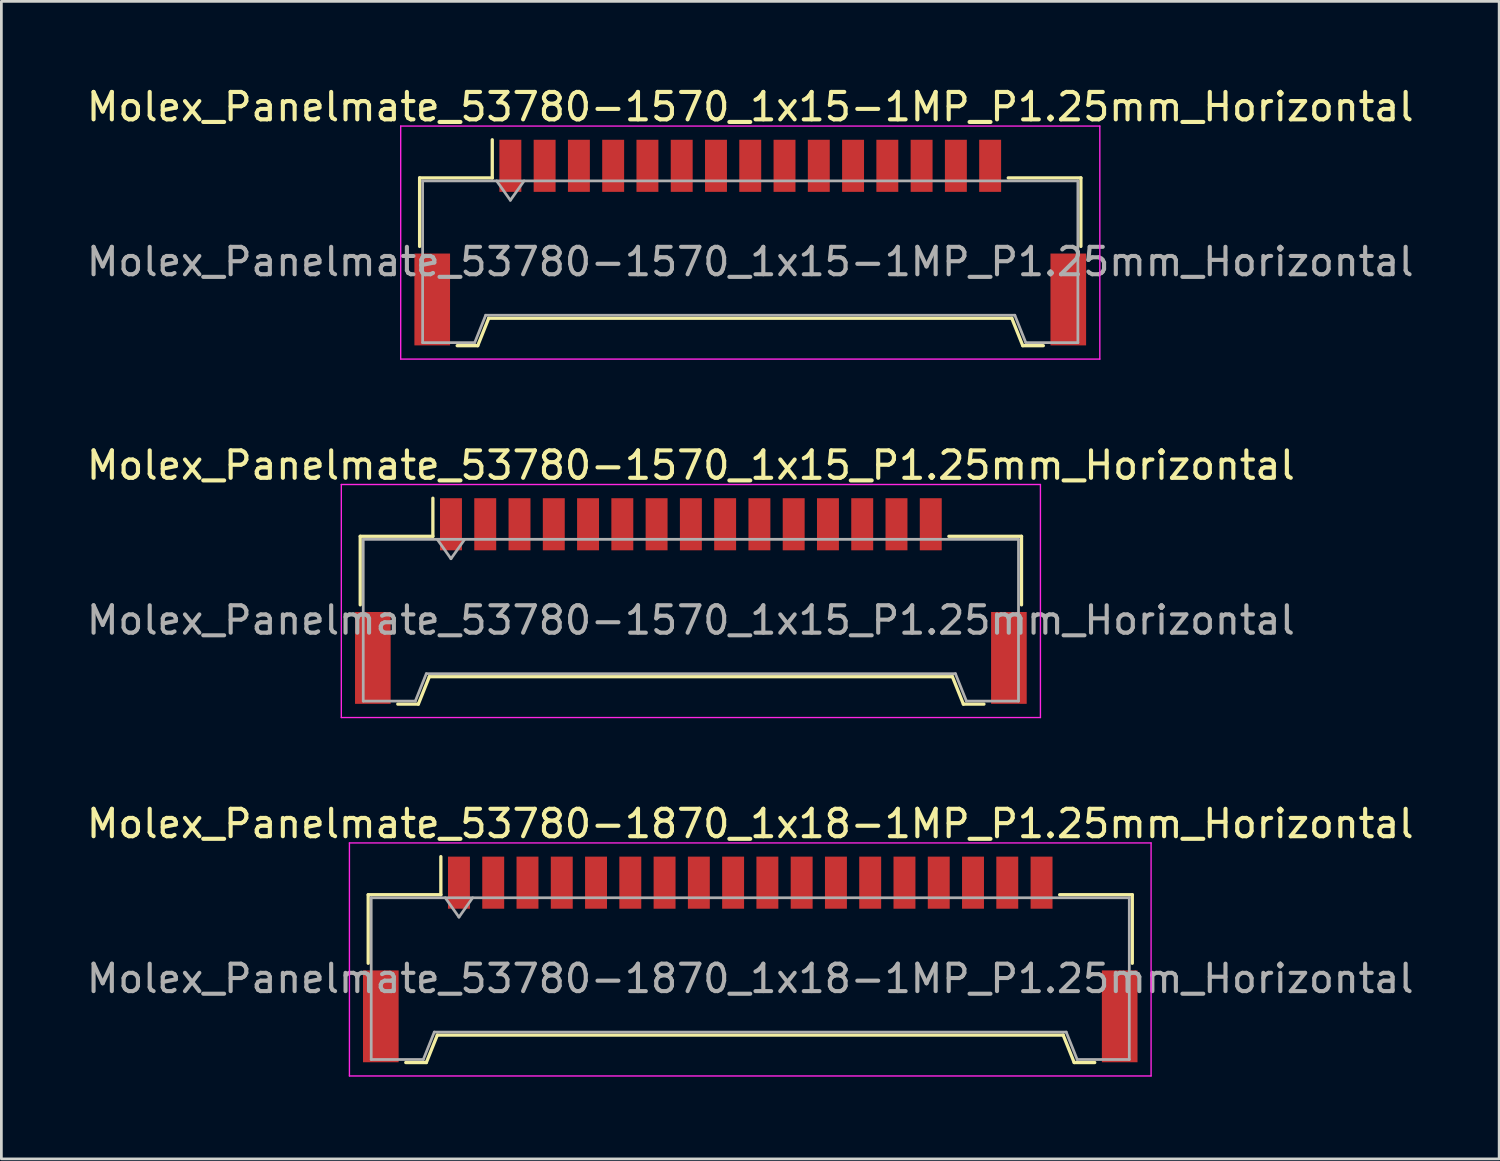
<source format=kicad_pcb>
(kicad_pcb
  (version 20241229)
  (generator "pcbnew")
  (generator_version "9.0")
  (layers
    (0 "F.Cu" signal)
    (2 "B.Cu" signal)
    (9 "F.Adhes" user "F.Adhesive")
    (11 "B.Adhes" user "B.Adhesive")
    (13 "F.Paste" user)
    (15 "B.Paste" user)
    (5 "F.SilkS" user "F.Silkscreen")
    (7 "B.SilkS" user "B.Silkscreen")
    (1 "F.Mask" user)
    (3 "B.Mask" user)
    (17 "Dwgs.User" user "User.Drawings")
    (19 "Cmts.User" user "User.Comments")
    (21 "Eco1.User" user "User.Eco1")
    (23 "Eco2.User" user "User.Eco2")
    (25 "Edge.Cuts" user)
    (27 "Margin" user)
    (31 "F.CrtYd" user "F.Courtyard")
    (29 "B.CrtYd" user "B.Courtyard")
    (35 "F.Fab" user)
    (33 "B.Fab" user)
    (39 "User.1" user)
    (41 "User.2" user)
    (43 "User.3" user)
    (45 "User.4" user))
  (footprint "Molex_Panelmate_53780-1570_1x15-1MP_P1.25mm_Horizontal"
    (layer "F.Cu")
    (at 24.315 5.798)
    (property "Reference" "Molex_Panelmate_53780-1570_1x15-1MP_P1.25mm_Horizontal" (at 0 -4.95 0) (layer "F.SilkS") (effects (font (size 1 1) (thickness 0.15))))
    (attr smd)
    (fp_line (start -12.06 -2.36) (end -9.41 -2.36) (stroke (width 0.12) (type solid)) (layer "F.SilkS"))
    (fp_line (start -12.06 0.14) (end -12.06 -2.36) (stroke (width 0.12) (type solid)) (layer "F.SilkS"))
    (fp_line (start -10.69 3.76) (end -9.94 3.76) (stroke (width 0.12) (type solid)) (layer "F.SilkS"))
    (fp_line (start -9.94 3.76) (end -9.54 2.76) (stroke (width 0.12) (type solid)) (layer "F.SilkS"))
    (fp_line (start -9.54 2.76) (end 9.54 2.76) (stroke (width 0.12) (type solid)) (layer "F.SilkS"))
    (fp_line (start -9.41 -2.36) (end -9.41 -3.75) (stroke (width 0.12) (type solid)) (layer "F.SilkS"))
    (fp_line (start 9.54 2.76) (end 9.94 3.76) (stroke (width 0.12) (type solid)) (layer "F.SilkS"))
    (fp_line (start 9.94 3.76) (end 10.69 3.76) (stroke (width 0.12) (type solid)) (layer "F.SilkS"))
    (fp_line (start 12.06 -2.36) (end 9.41 -2.36) (stroke (width 0.12) (type solid)) (layer "F.SilkS"))
    (fp_line (start 12.06 0.14) (end 12.06 -2.36) (stroke (width 0.12) (type solid)) (layer "F.SilkS"))
    (fp_line (start -12.75 -4.25) (end -12.75 4.25) (stroke (width 0.05) (type solid)) (layer "F.CrtYd"))
    (fp_line (start -12.75 4.25) (end 12.75 4.25) (stroke (width 0.05) (type solid)) (layer "F.CrtYd"))
    (fp_line (start 12.75 -4.25) (end -12.75 -4.25) (stroke (width 0.05) (type solid)) (layer "F.CrtYd"))
    (fp_line (start 12.75 4.25) (end 12.75 -4.25) (stroke (width 0.05) (type solid)) (layer "F.CrtYd"))
    (fp_line (start -11.95 -2.25) (end -11.95 3.65) (stroke (width 0.1) (type solid)) (layer "F.Fab"))
    (fp_line (start -11.95 -2.25) (end 11.95 -2.25) (stroke (width 0.1) (type solid)) (layer "F.Fab"))
    (fp_line (start -11.95 3.65) (end -10.05 3.65) (stroke (width 0.1) (type solid)) (layer "F.Fab"))
    (fp_line (start -10.05 3.65) (end -9.65 2.65) (stroke (width 0.1) (type solid)) (layer "F.Fab"))
    (fp_line (start -9.65 2.65) (end 9.65 2.65) (stroke (width 0.1) (type solid)) (layer "F.Fab"))
    (fp_line (start -9.25 -2.25) (end -8.75 -1.543) (stroke (width 0.1) (type solid)) (layer "F.Fab"))
    (fp_line (start -8.75 -1.543) (end -8.25 -2.25) (stroke (width 0.1) (type solid)) (layer "F.Fab"))
    (fp_line (start 9.65 2.65) (end 10.05 3.65) (stroke (width 0.1) (type solid)) (layer "F.Fab"))
    (fp_line (start 10.05 3.65) (end 11.95 3.65) (stroke (width 0.1) (type solid)) (layer "F.Fab"))
    (fp_line (start 11.95 -2.25) (end 11.95 3.65) (stroke (width 0.1) (type solid)) (layer "F.Fab"))
    (fp_text user "${REFERENCE}" (at 0 0.7 0) (layer "F.Fab") (effects (font (size 1 1) (thickness 0.15))))
    (pad "1" smd rect (at -8.75 -2.8) (size 0.8 1.9) (layers "F.Cu" "F.Mask" "F.Paste"))
    (pad "2" smd rect (at -7.5 -2.8) (size 0.8 1.9) (layers "F.Cu" "F.Mask" "F.Paste"))
    (pad "3" smd rect (at -6.25 -2.8) (size 0.8 1.9) (layers "F.Cu" "F.Mask" "F.Paste"))
    (pad "4" smd rect (at -5 -2.8) (size 0.8 1.9) (layers "F.Cu" "F.Mask" "F.Paste"))
    (pad "5" smd rect (at -3.75 -2.8) (size 0.8 1.9) (layers "F.Cu" "F.Mask" "F.Paste"))
    (pad "6" smd rect (at -2.5 -2.8) (size 0.8 1.9) (layers "F.Cu" "F.Mask" "F.Paste"))
    (pad "7" smd rect (at -1.25 -2.8) (size 0.8 1.9) (layers "F.Cu" "F.Mask" "F.Paste"))
    (pad "8" smd rect (at 0 -2.8) (size 0.8 1.9) (layers "F.Cu" "F.Mask" "F.Paste"))
    (pad "9" smd rect (at 1.25 -2.8) (size 0.8 1.9) (layers "F.Cu" "F.Mask" "F.Paste"))
    (pad "10" smd rect (at 2.5 -2.8) (size 0.8 1.9) (layers "F.Cu" "F.Mask" "F.Paste"))
    (pad "11" smd rect (at 3.75 -2.8) (size 0.8 1.9) (layers "F.Cu" "F.Mask" "F.Paste"))
    (pad "12" smd rect (at 5 -2.8) (size 0.8 1.9) (layers "F.Cu" "F.Mask" "F.Paste"))
    (pad "13" smd rect (at 6.25 -2.8) (size 0.8 1.9) (layers "F.Cu" "F.Mask" "F.Paste"))
    (pad "14" smd rect (at 7.5 -2.8) (size 0.8 1.9) (layers "F.Cu" "F.Mask" "F.Paste"))
    (pad "15" smd rect (at 8.75 -2.8) (size 0.8 1.9) (layers "F.Cu" "F.Mask" "F.Paste"))
    (pad "MP" smd rect (at -11.6 2.075) (size 1.3 3.35) (layers "F.Cu" "F.Mask" "F.Paste"))
    (pad "MP" smd rect (at 11.6 2.075) (size 1.3 3.35) (layers "F.Cu" "F.Mask" "F.Paste")))
  (footprint "Molex_Panelmate_53780-1570_1x15_P1.25mm_Horizontal"
    (layer "F.Cu")
    (at 22.149 18.872)
    (property "Reference" "Molex_Panelmate_53780-1570_1x15_P1.25mm_Horizontal" (at 0 -4.95 0) (layer "F.SilkS") (effects (font (size 1 1) (thickness 0.15))))
    (attr smd)
    (fp_line (start -12.06 -2.36) (end -9.41 -2.36) (stroke (width 0.12) (type solid)) (layer "F.SilkS"))
    (fp_line (start -12.06 0.14) (end -12.06 -2.36) (stroke (width 0.12) (type solid)) (layer "F.SilkS"))
    (fp_line (start -10.69 3.76) (end -9.94 3.76) (stroke (width 0.12) (type solid)) (layer "F.SilkS"))
    (fp_line (start -9.94 3.76) (end -9.54 2.76) (stroke (width 0.12) (type solid)) (layer "F.SilkS"))
    (fp_line (start -9.54 2.76) (end 9.54 2.76) (stroke (width 0.12) (type solid)) (layer "F.SilkS"))
    (fp_line (start -9.41 -2.36) (end -9.41 -3.75) (stroke (width 0.12) (type solid)) (layer "F.SilkS"))
    (fp_line (start 9.54 2.76) (end 9.94 3.76) (stroke (width 0.12) (type solid)) (layer "F.SilkS"))
    (fp_line (start 9.94 3.76) (end 10.69 3.76) (stroke (width 0.12) (type solid)) (layer "F.SilkS"))
    (fp_line (start 12.06 -2.36) (end 9.41 -2.36) (stroke (width 0.12) (type solid)) (layer "F.SilkS"))
    (fp_line (start 12.06 0.14) (end 12.06 -2.36) (stroke (width 0.12) (type solid)) (layer "F.SilkS"))
    (fp_line (start -12.75 -4.25) (end -12.75 4.25) (stroke (width 0.05) (type solid)) (layer "F.CrtYd"))
    (fp_line (start -12.75 4.25) (end 12.75 4.25) (stroke (width 0.05) (type solid)) (layer "F.CrtYd"))
    (fp_line (start 12.75 -4.25) (end -12.75 -4.25) (stroke (width 0.05) (type solid)) (layer "F.CrtYd"))
    (fp_line (start 12.75 4.25) (end 12.75 -4.25) (stroke (width 0.05) (type solid)) (layer "F.CrtYd"))
    (fp_line (start -11.95 -2.25) (end -11.95 3.65) (stroke (width 0.1) (type solid)) (layer "F.Fab"))
    (fp_line (start -11.95 -2.25) (end 11.95 -2.25) (stroke (width 0.1) (type solid)) (layer "F.Fab"))
    (fp_line (start -11.95 3.65) (end -10.05 3.65) (stroke (width 0.1) (type solid)) (layer "F.Fab"))
    (fp_line (start -10.05 3.65) (end -9.65 2.65) (stroke (width 0.1) (type solid)) (layer "F.Fab"))
    (fp_line (start -9.65 2.65) (end 9.65 2.65) (stroke (width 0.1) (type solid)) (layer "F.Fab"))
    (fp_line (start -9.25 -2.25) (end -8.75 -1.543) (stroke (width 0.1) (type solid)) (layer "F.Fab"))
    (fp_line (start -8.75 -1.543) (end -8.25 -2.25) (stroke (width 0.1) (type solid)) (layer "F.Fab"))
    (fp_line (start 9.65 2.65) (end 10.05 3.65) (stroke (width 0.1) (type solid)) (layer "F.Fab"))
    (fp_line (start 10.05 3.65) (end 11.95 3.65) (stroke (width 0.1) (type solid)) (layer "F.Fab"))
    (fp_line (start 11.95 -2.25) (end 11.95 3.65) (stroke (width 0.1) (type solid)) (layer "F.Fab"))
    (fp_text user "${REFERENCE}" (at 0 0.7 0) (layer "F.Fab") (effects (font (size 1 1) (thickness 0.15))))
    (pad "" smd rect (at -11.6 2.075) (size 1.3 3.35) (layers "F.Cu" "F.Mask" "F.Paste"))
    (pad "" smd rect (at 11.6 2.075) (size 1.3 3.35) (layers "F.Cu" "F.Mask" "F.Paste"))
    (pad "1" smd rect (at -8.75 -2.8) (size 0.8 1.9) (layers "F.Cu" "F.Mask" "F.Paste"))
    (pad "2" smd rect (at -7.5 -2.8) (size 0.8 1.9) (layers "F.Cu" "F.Mask" "F.Paste"))
    (pad "3" smd rect (at -6.25 -2.8) (size 0.8 1.9) (layers "F.Cu" "F.Mask" "F.Paste"))
    (pad "4" smd rect (at -5 -2.8) (size 0.8 1.9) (layers "F.Cu" "F.Mask" "F.Paste"))
    (pad "5" smd rect (at -3.75 -2.8) (size 0.8 1.9) (layers "F.Cu" "F.Mask" "F.Paste"))
    (pad "6" smd rect (at -2.5 -2.8) (size 0.8 1.9) (layers "F.Cu" "F.Mask" "F.Paste"))
    (pad "7" smd rect (at -1.25 -2.8) (size 0.8 1.9) (layers "F.Cu" "F.Mask" "F.Paste"))
    (pad "8" smd rect (at 0 -2.8) (size 0.8 1.9) (layers "F.Cu" "F.Mask" "F.Paste"))
    (pad "9" smd rect (at 1.25 -2.8) (size 0.8 1.9) (layers "F.Cu" "F.Mask" "F.Paste"))
    (pad "10" smd rect (at 2.5 -2.8) (size 0.8 1.9) (layers "F.Cu" "F.Mask" "F.Paste"))
    (pad "11" smd rect (at 3.75 -2.8) (size 0.8 1.9) (layers "F.Cu" "F.Mask" "F.Paste"))
    (pad "12" smd rect (at 5 -2.8) (size 0.8 1.9) (layers "F.Cu" "F.Mask" "F.Paste"))
    (pad "13" smd rect (at 6.25 -2.8) (size 0.8 1.9) (layers "F.Cu" "F.Mask" "F.Paste"))
    (pad "14" smd rect (at 7.5 -2.8) (size 0.8 1.9) (layers "F.Cu" "F.Mask" "F.Paste"))
    (pad "15" smd rect (at 8.75 -2.8) (size 0.8 1.9) (layers "F.Cu" "F.Mask" "F.Paste")))
  (footprint "Molex_Panelmate_53780-1870_1x18-1MP_P1.25mm_Horizontal"
    (layer "F.Cu")
    (at 24.315 31.945)
    (property "Reference" "Molex_Panelmate_53780-1870_1x18-1MP_P1.25mm_Horizontal" (at 0 -4.95 0) (layer "F.SilkS") (effects (font (size 1 1) (thickness 0.15))))
    (attr smd)
    (fp_line (start -13.935 -2.36) (end -11.285 -2.36) (stroke (width 0.12) (type solid)) (layer "F.SilkS"))
    (fp_line (start -13.935 0.14) (end -13.935 -2.36) (stroke (width 0.12) (type solid)) (layer "F.SilkS"))
    (fp_line (start -12.565 3.76) (end -11.815 3.76) (stroke (width 0.12) (type solid)) (layer "F.SilkS"))
    (fp_line (start -11.815 3.76) (end -11.415 2.76) (stroke (width 0.12) (type solid)) (layer "F.SilkS"))
    (fp_line (start -11.415 2.76) (end 11.415 2.76) (stroke (width 0.12) (type solid)) (layer "F.SilkS"))
    (fp_line (start -11.285 -2.36) (end -11.285 -3.75) (stroke (width 0.12) (type solid)) (layer "F.SilkS"))
    (fp_line (start 11.415 2.76) (end 11.815 3.76) (stroke (width 0.12) (type solid)) (layer "F.SilkS"))
    (fp_line (start 11.815 3.76) (end 12.565 3.76) (stroke (width 0.12) (type solid)) (layer "F.SilkS"))
    (fp_line (start 13.935 -2.36) (end 11.285 -2.36) (stroke (width 0.12) (type solid)) (layer "F.SilkS"))
    (fp_line (start 13.935 0.14) (end 13.935 -2.36) (stroke (width 0.12) (type solid)) (layer "F.SilkS"))
    (fp_line (start -14.62 -4.25) (end -14.62 4.25) (stroke (width 0.05) (type solid)) (layer "F.CrtYd"))
    (fp_line (start -14.62 4.25) (end 14.62 4.25) (stroke (width 0.05) (type solid)) (layer "F.CrtYd"))
    (fp_line (start 14.62 -4.25) (end -14.62 -4.25) (stroke (width 0.05) (type solid)) (layer "F.CrtYd"))
    (fp_line (start 14.62 4.25) (end 14.62 -4.25) (stroke (width 0.05) (type solid)) (layer "F.CrtYd"))
    (fp_line (start -13.825 -2.25) (end -13.825 3.65) (stroke (width 0.1) (type solid)) (layer "F.Fab"))
    (fp_line (start -13.825 -2.25) (end 13.825 -2.25) (stroke (width 0.1) (type solid)) (layer "F.Fab"))
    (fp_line (start -13.825 3.65) (end -11.925 3.65) (stroke (width 0.1) (type solid)) (layer "F.Fab"))
    (fp_line (start -11.925 3.65) (end -11.525 2.65) (stroke (width 0.1) (type solid)) (layer "F.Fab"))
    (fp_line (start -11.525 2.65) (end 11.525 2.65) (stroke (width 0.1) (type solid)) (layer "F.Fab"))
    (fp_line (start -11.125 -2.25) (end -10.625 -1.543) (stroke (width 0.1) (type solid)) (layer "F.Fab"))
    (fp_line (start -10.625 -1.543) (end -10.125 -2.25) (stroke (width 0.1) (type solid)) (layer "F.Fab"))
    (fp_line (start 11.525 2.65) (end 11.925 3.65) (stroke (width 0.1) (type solid)) (layer "F.Fab"))
    (fp_line (start 11.925 3.65) (end 13.825 3.65) (stroke (width 0.1) (type solid)) (layer "F.Fab"))
    (fp_line (start 13.825 -2.25) (end 13.825 3.65) (stroke (width 0.1) (type solid)) (layer "F.Fab"))
    (fp_text user "${REFERENCE}" (at 0 0.7 0) (layer "F.Fab") (effects (font (size 1 1) (thickness 0.15))))
    (pad "1" smd rect (at -10.625 -2.8) (size 0.8 1.9) (layers "F.Cu" "F.Mask" "F.Paste"))
    (pad "2" smd rect (at -9.375 -2.8) (size 0.8 1.9) (layers "F.Cu" "F.Mask" "F.Paste"))
    (pad "3" smd rect (at -8.125 -2.8) (size 0.8 1.9) (layers "F.Cu" "F.Mask" "F.Paste"))
    (pad "4" smd rect (at -6.875 -2.8) (size 0.8 1.9) (layers "F.Cu" "F.Mask" "F.Paste"))
    (pad "5" smd rect (at -5.625 -2.8) (size 0.8 1.9) (layers "F.Cu" "F.Mask" "F.Paste"))
    (pad "6" smd rect (at -4.375 -2.8) (size 0.8 1.9) (layers "F.Cu" "F.Mask" "F.Paste"))
    (pad "7" smd rect (at -3.125 -2.8) (size 0.8 1.9) (layers "F.Cu" "F.Mask" "F.Paste"))
    (pad "8" smd rect (at -1.875 -2.8) (size 0.8 1.9) (layers "F.Cu" "F.Mask" "F.Paste"))
    (pad "9" smd rect (at -0.625 -2.8) (size 0.8 1.9) (layers "F.Cu" "F.Mask" "F.Paste"))
    (pad "10" smd rect (at 0.625 -2.8) (size 0.8 1.9) (layers "F.Cu" "F.Mask" "F.Paste"))
    (pad "11" smd rect (at 1.875 -2.8) (size 0.8 1.9) (layers "F.Cu" "F.Mask" "F.Paste"))
    (pad "12" smd rect (at 3.125 -2.8) (size 0.8 1.9) (layers "F.Cu" "F.Mask" "F.Paste"))
    (pad "13" smd rect (at 4.375 -2.8) (size 0.8 1.9) (layers "F.Cu" "F.Mask" "F.Paste"))
    (pad "14" smd rect (at 5.625 -2.8) (size 0.8 1.9) (layers "F.Cu" "F.Mask" "F.Paste"))
    (pad "15" smd rect (at 6.875 -2.8) (size 0.8 1.9) (layers "F.Cu" "F.Mask" "F.Paste"))
    (pad "16" smd rect (at 8.125 -2.8) (size 0.8 1.9) (layers "F.Cu" "F.Mask" "F.Paste"))
    (pad "17" smd rect (at 9.375 -2.8) (size 0.8 1.9) (layers "F.Cu" "F.Mask" "F.Paste"))
    (pad "18" smd rect (at 10.625 -2.8) (size 0.8 1.9) (layers "F.Cu" "F.Mask" "F.Paste"))
    (pad "MP" smd rect (at -13.475 2.075) (size 1.3 3.35) (layers "F.Cu" "F.Mask" "F.Paste"))
    (pad "MP" smd rect (at 13.475 2.075) (size 1.3 3.35) (layers "F.Cu" "F.Mask" "F.Paste")))
  (gr_rect
    (start -3 -3)
    (end 51.631 39.22)
    (stroke (width 0.1) (type default))
    (fill no)
    (layer "Edge.Cuts")))
</source>
